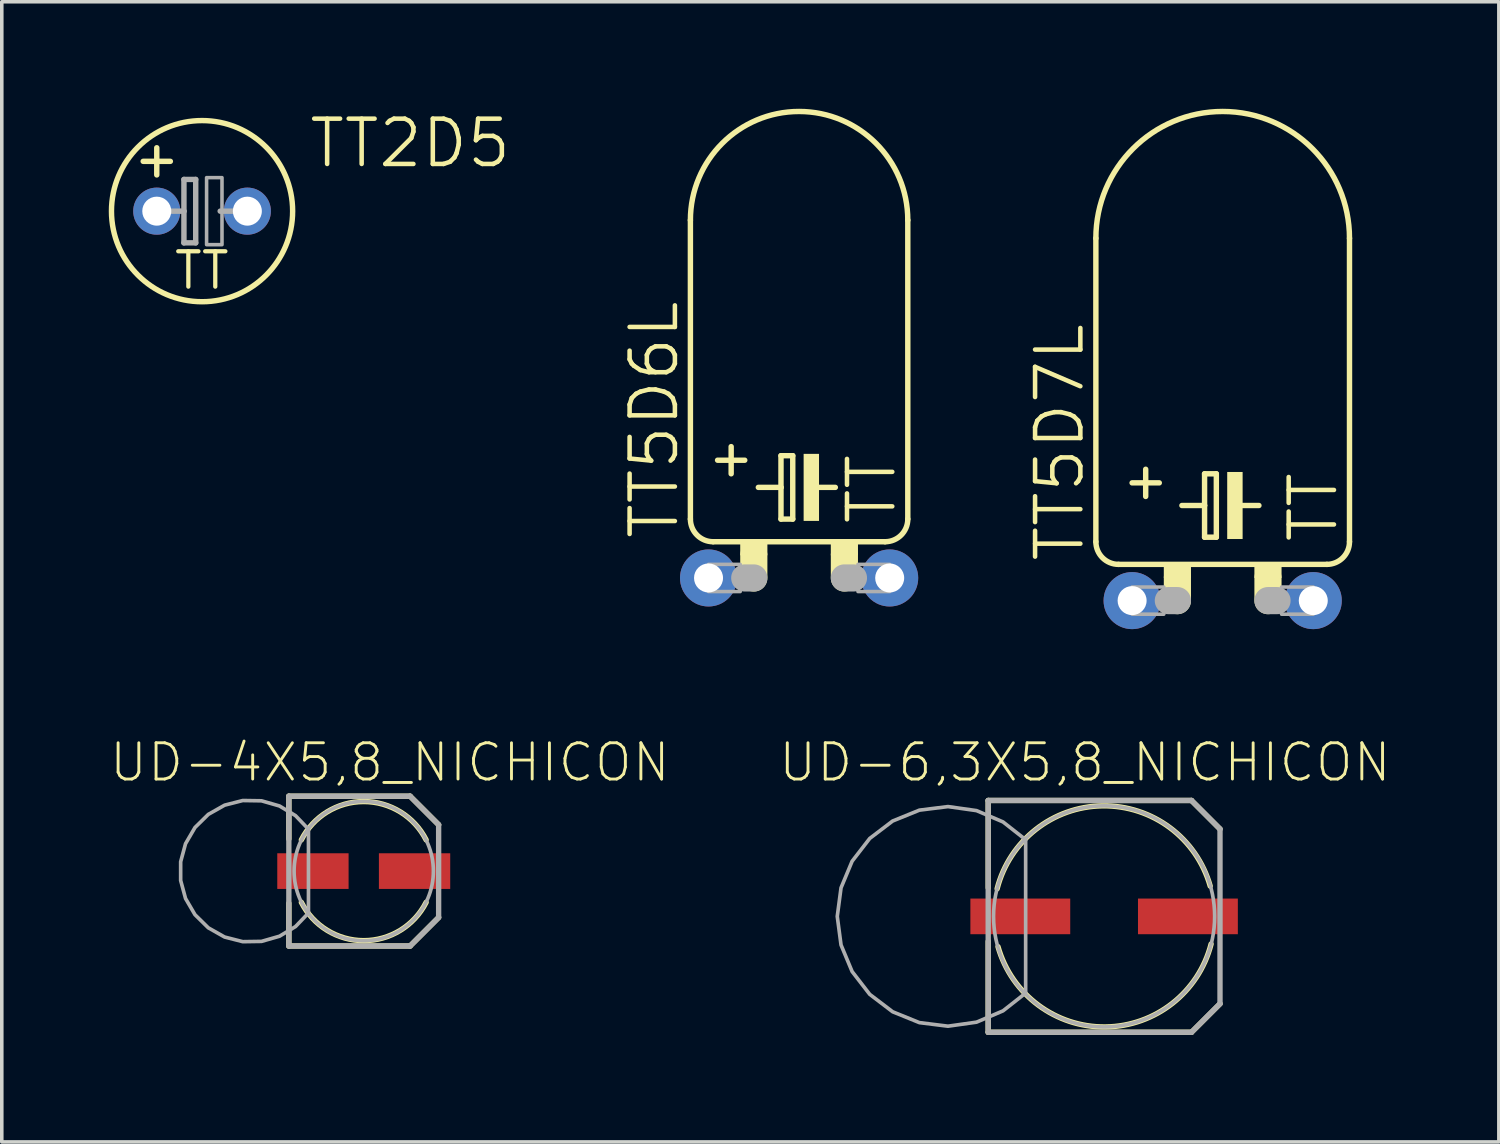
<source format=kicad_pcb>
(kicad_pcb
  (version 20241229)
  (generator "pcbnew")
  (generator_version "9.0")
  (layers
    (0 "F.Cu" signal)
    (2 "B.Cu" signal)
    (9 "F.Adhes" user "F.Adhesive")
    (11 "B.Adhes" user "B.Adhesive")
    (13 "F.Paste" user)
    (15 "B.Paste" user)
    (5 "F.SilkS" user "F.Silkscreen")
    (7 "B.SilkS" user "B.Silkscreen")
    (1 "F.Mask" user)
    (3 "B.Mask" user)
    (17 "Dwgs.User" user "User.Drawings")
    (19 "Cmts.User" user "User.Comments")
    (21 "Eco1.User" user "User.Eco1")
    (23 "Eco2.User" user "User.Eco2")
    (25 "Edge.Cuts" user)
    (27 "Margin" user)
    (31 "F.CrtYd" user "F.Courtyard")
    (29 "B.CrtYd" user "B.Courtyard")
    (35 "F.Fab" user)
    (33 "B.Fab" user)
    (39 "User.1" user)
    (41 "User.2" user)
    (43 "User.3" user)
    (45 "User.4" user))
  (footprint "UD-4X5,8_NICHICON"
    (layer "F.Cu")
    (at 7.15 21.377)
    (property "Reference" "UD-4X5,8_NICHICON" (at 0.732 -3.048 0) (layer "F.SilkS") (effects (font (size 1.016 1.016) (thickness 0.081))))
    (attr through_hole)
    (fp_line (start -2.1 -2.1) (end 1.3 -2.1) (stroke (width 0.15) (type solid)) (layer "F.SilkS"))
    (fp_line (start -2.1 -0.9) (end -2.1 -2.1) (stroke (width 0.15) (type solid)) (layer "F.SilkS"))
    (fp_line (start -2.1 2.1) (end -2.1 0.9) (stroke (width 0.15) (type solid)) (layer "F.SilkS"))
    (fp_line (start 1.3 -2.1) (end 2.1 -1.3) (stroke (width 0.15) (type solid)) (layer "F.SilkS"))
    (fp_line (start 1.3 2.1) (end -2.1 2.1) (stroke (width 0.15) (type solid)) (layer "F.SilkS"))
    (fp_line (start 2.1 1.3) (end 1.3 2.1) (stroke (width 0.15) (type solid)) (layer "F.SilkS"))
    (fp_arc (start -1.75 -0.875) (mid -0.000001 -1.950175) (end 1.749999 -0.875001) (stroke (width 0.15) (type solid)) (layer "F.SilkS"))
    (fp_arc (start 1.75 0.875) (mid 0.000001 1.950175) (end -1.749999 0.875001) (stroke (width 0.15) (type solid)) (layer "F.SilkS"))
    (fp_line (start -2.1 -2.1) (end 1.3 -2.1) (stroke (width 0.15) (type solid)) (layer "F.Fab"))
    (fp_line (start -2.1 2.1) (end -2.1 -2.1) (stroke (width 0.15) (type solid)) (layer "F.Fab"))
    (fp_line (start 1.3 -2.1) (end 2.1 -1.3) (stroke (width 0.15) (type solid)) (layer "F.Fab"))
    (fp_line (start 1.3 2.1) (end -2.1 2.1) (stroke (width 0.15) (type solid)) (layer "F.Fab"))
    (fp_line (start 2.1 -1.3) (end 2.1 1.3) (stroke (width 0.15) (type solid)) (layer "F.Fab"))
    (fp_line (start 2.1 1.3) (end 1.3 2.1) (stroke (width 0.15) (type solid)) (layer "F.Fab"))
    (fp_circle (center 0 0) (end 1.953 0) (stroke (width 0.102) (type solid)) (fill no) (layer "F.Fab"))
    (fp_poly (pts (xy -1.55 -1.175) (xy -1.913 -1.555) (xy -2.362 -1.826) (xy -2.867 -1.971) (xy -3.392 -1.979) (xy -3.901 -1.849) (xy -4.358 -1.591) (xy -4.732 -1.223) (xy -4.997 -0.769) (xy -5.134 -0.263) (xy -5.134 0.263) (xy -4.997 0.769) (xy -4.732 1.223) (xy -4.358 1.591) (xy -3.901 1.849) (xy -3.392 1.979) (xy -2.867 1.971) (xy -2.362 1.826) (xy -1.913 1.555) (xy -1.55 1.175)) (stroke (width 0.102) (type solid)) (fill no) (layer "F.Fab"))
    (pad "+" smd rect (at 1.425 0) (size 2 1) (layers "F.Cu" "F.Mask" "F.Paste"))
    (pad "-" smd rect (at -1.425 0) (size 2 1) (layers "F.Cu" "F.Mask" "F.Paste")))
  (footprint "TT5D7L"
    (layer "F.Cu")
    (at 31.236 13.792)
    (property "Reference" "TT5D7L" (at -4.572 -4.439 90) (layer "F.SilkS") (effects (font (size 1.27 1.27) (thickness 0.127))))
    (attr through_hole)
    (fp_line (start -3.556 -10.16) (end -3.556 -1.651) (stroke (width 0.152) (type solid)) (layer "F.SilkS"))
    (fp_line (start -2.921 -1.016) (end 2.921 -1.016) (stroke (width 0.152) (type solid)) (layer "F.SilkS"))
    (fp_line (start -2.54 -3.302) (end -1.778 -3.302) (stroke (width 0.152) (type solid)) (layer "F.SilkS"))
    (fp_line (start -2.159 -3.683) (end -2.159 -2.921) (stroke (width 0.152) (type solid)) (layer "F.SilkS"))
    (fp_line (start -1.27 -0.635) (end -1.27 0) (stroke (width 0.762) (type solid)) (layer "F.SilkS"))
    (fp_line (start -1.143 -2.667) (end -0.508 -2.667) (stroke (width 0.152) (type solid)) (layer "F.SilkS"))
    (fp_line (start -0.508 -3.556) (end -0.508 -2.667) (stroke (width 0.152) (type solid)) (layer "F.SilkS"))
    (fp_line (start -0.508 -2.667) (end -0.508 -1.778) (stroke (width 0.152) (type solid)) (layer "F.SilkS"))
    (fp_line (start -0.508 -1.778) (end -0.178 -1.778) (stroke (width 0.152) (type solid)) (layer "F.SilkS"))
    (fp_line (start -0.178 -3.556) (end -0.508 -3.556) (stroke (width 0.152) (type solid)) (layer "F.SilkS"))
    (fp_line (start -0.178 -1.778) (end -0.178 -3.556) (stroke (width 0.152) (type solid)) (layer "F.SilkS"))
    (fp_line (start 0.508 -2.667) (end 1.016 -2.667) (stroke (width 0.152) (type solid)) (layer "F.SilkS"))
    (fp_line (start 1.27 -0.635) (end 1.27 0) (stroke (width 0.762) (type solid)) (layer "F.SilkS"))
    (fp_line (start 3.556 -10.16) (end 3.556 -1.651) (stroke (width 0.152) (type solid)) (layer "F.SilkS"))
    (fp_arc (start -3.556 -10.16) (mid 0 -13.716) (end 3.556 -10.16) (stroke (width 0.1524) (type solid)) (layer "F.SilkS"))
    (fp_arc (start -2.921 -1.016) (mid -3.370013 -1.201987) (end -3.556 -1.651) (stroke (width 0.1524) (type solid)) (layer "F.SilkS"))
    (fp_arc (start 3.556 -1.651) (mid 3.370013 -1.201987) (end 2.921 -1.016) (stroke (width 0.1524) (type solid)) (layer "F.SilkS"))
    (fp_poly (pts (xy -1.651 -1.016) (xy -0.889 -1.016) (xy -0.889 -0.635) (xy -1.651 -0.635)) (stroke (width 0) (type solid)) (fill yes) (layer "F.SilkS"))
    (fp_poly (pts (xy 0.127 -3.607) (xy 0.559 -3.607) (xy 0.559 -1.727) (xy 0.127 -1.727)) (stroke (width 0) (type solid)) (fill yes) (layer "F.SilkS"))
    (fp_poly (pts (xy 0.889 -1.016) (xy 1.651 -1.016) (xy 1.651 -0.635) (xy 0.889 -0.635)) (stroke (width 0) (type solid)) (fill yes) (layer "F.SilkS"))
    (fp_line (start -1.524 0) (end -1.27 0) (stroke (width 0.762) (type solid)) (layer "F.Fab"))
    (fp_line (start 1.524 0) (end 1.27 0) (stroke (width 0.762) (type solid)) (layer "F.Fab"))
    (fp_poly (pts (xy -2.54 -0.381) (xy -1.651 -0.381) (xy -1.651 0.381) (xy -2.54 0.381)) (stroke (width 0.1) (type solid)) (fill no) (layer "F.Fab"))
    (fp_poly (pts (xy 1.651 -0.381) (xy 2.54 -0.381) (xy 2.54 0.381) (xy 1.651 0.381)) (stroke (width 0.1) (type solid)) (fill no) (layer "F.Fab"))
    (fp_text user "TT" (at 2.54 -2.619 90) (layer "F.SilkS") (effects (font (size 1.27 1.27) (thickness 0.127))))
    (pad "+" thru_hole circle (at -2.54 0) (size 1.6 1.6) (drill 0.813) (layers "*.Cu" "*.Mask"))
    (pad "-" thru_hole circle (at 2.54 0) (size 1.6 1.6) (drill 0.813) (layers "*.Cu" "*.Mask")))
  (footprint "UD-6,3X5,8_NICHICON"
    (layer "F.Cu")
    (at 27.911 22.647)
    (property "Reference" "UD-6,3X5,8_NICHICON" (at -0.538 -4.318 0) (layer "F.SilkS") (effects (font (size 1.016 1.016) (thickness 0.081))))
    (attr through_hole)
    (fp_line (start -3.25 -3.25) (end 2.45 -3.25) (stroke (width 0.15) (type solid)) (layer "F.SilkS"))
    (fp_line (start -3.25 -0.8) (end -3.25 -3.25) (stroke (width 0.15) (type solid)) (layer "F.SilkS"))
    (fp_line (start -3.25 3.25) (end -3.25 0.7) (stroke (width 0.15) (type solid)) (layer "F.SilkS"))
    (fp_line (start 2.45 -3.25) (end 3.25 -2.45) (stroke (width 0.15) (type solid)) (layer "F.SilkS"))
    (fp_line (start 2.45 3.25) (end -3.25 3.25) (stroke (width 0.15) (type solid)) (layer "F.SilkS"))
    (fp_line (start 3.25 2.45) (end 2.45 3.25) (stroke (width 0.15) (type solid)) (layer "F.SilkS"))
    (fp_arc (start -3 -0.775) (mid -0.041211 -3.099781) (end 2.975 -0.850002) (stroke (width 0.15) (type solid)) (layer "F.SilkS"))
    (fp_arc (start 3 0.775) (mid 0.041211 3.099781) (end -2.975 0.850002) (stroke (width 0.15) (type solid)) (layer "F.SilkS"))
    (fp_line (start -3.25 -3.25) (end 2.45 -3.25) (stroke (width 0.15) (type solid)) (layer "F.Fab"))
    (fp_line (start -3.25 3.25) (end -3.25 -3.25) (stroke (width 0.15) (type solid)) (layer "F.Fab"))
    (fp_line (start 2.45 -3.25) (end 3.25 -2.45) (stroke (width 0.15) (type solid)) (layer "F.Fab"))
    (fp_line (start 2.45 3.25) (end -3.25 3.25) (stroke (width 0.15) (type solid)) (layer "F.Fab"))
    (fp_line (start 3.25 -2.45) (end 3.25 2.45) (stroke (width 0.15) (type solid)) (layer "F.Fab"))
    (fp_line (start 3.25 2.45) (end 2.45 3.25) (stroke (width 0.15) (type solid)) (layer "F.Fab"))
    (fp_circle (center 0 0) (end 3.1 0) (stroke (width 0.102) (type solid)) (fill no) (layer "F.Fab"))
    (fp_poly (pts (xy -2.2 -2.15) (xy -2.835 -2.649) (xy -3.578 -2.966) (xy -4.378 -3.079) (xy -5.18 -2.979) (xy -5.929 -2.675) (xy -6.572 -2.186) (xy -7.066 -1.547) (xy -7.377 -0.801) (xy -7.483 0) (xy -7.377 0.801) (xy -7.066 1.547) (xy -6.572 2.186) (xy -5.929 2.675) (xy -5.18 2.979) (xy -4.378 3.079) (xy -3.578 2.966) (xy -2.835 2.649) (xy -2.2 2.15)) (stroke (width 0.102) (type solid)) (fill no) (layer "F.Fab"))
    (pad "+" smd rect (at 2.35 0) (size 2.8 1) (layers "F.Cu" "F.Mask" "F.Paste"))
    (pad "-" smd rect (at -2.35 0) (size 2.8 1) (layers "F.Cu" "F.Mask" "F.Paste")))
  (footprint "TT5D6L"
    (layer "F.Cu")
    (at 19.358 13.157)
    (property "Reference" "TT5D6L" (at -4.064 -4.439 90) (layer "F.SilkS") (effects (font (size 1.27 1.27) (thickness 0.127))))
    (attr through_hole)
    (fp_line (start -3.048 -10.033) (end -3.048 -1.651) (stroke (width 0.152) (type solid)) (layer "F.SilkS"))
    (fp_line (start -2.413 -1.016) (end 2.413 -1.016) (stroke (width 0.152) (type solid)) (layer "F.SilkS"))
    (fp_line (start -2.286 -3.302) (end -1.524 -3.302) (stroke (width 0.152) (type solid)) (layer "F.SilkS"))
    (fp_line (start -1.905 -2.921) (end -1.905 -3.683) (stroke (width 0.152) (type solid)) (layer "F.SilkS"))
    (fp_line (start -1.27 -0.635) (end -1.27 0) (stroke (width 0.762) (type solid)) (layer "F.SilkS"))
    (fp_line (start -1.143 -2.54) (end -0.508 -2.54) (stroke (width 0.152) (type solid)) (layer "F.SilkS"))
    (fp_line (start -0.508 -3.429) (end -0.508 -2.54) (stroke (width 0.152) (type solid)) (layer "F.SilkS"))
    (fp_line (start -0.508 -2.54) (end -0.508 -1.651) (stroke (width 0.152) (type solid)) (layer "F.SilkS"))
    (fp_line (start -0.508 -1.651) (end -0.178 -1.651) (stroke (width 0.152) (type solid)) (layer "F.SilkS"))
    (fp_line (start -0.178 -3.429) (end -0.508 -3.429) (stroke (width 0.152) (type solid)) (layer "F.SilkS"))
    (fp_line (start -0.178 -1.651) (end -0.178 -3.429) (stroke (width 0.152) (type solid)) (layer "F.SilkS"))
    (fp_line (start 0.508 -2.54) (end 1.016 -2.54) (stroke (width 0.152) (type solid)) (layer "F.SilkS"))
    (fp_line (start 1.27 -0.635) (end 1.27 0) (stroke (width 0.762) (type solid)) (layer "F.SilkS"))
    (fp_line (start 3.048 -10.033) (end 3.048 -1.651) (stroke (width 0.152) (type solid)) (layer "F.SilkS"))
    (fp_arc (start -3.048 -10.033) (mid 0 -13.081) (end 3.048 -10.033) (stroke (width 0.1524) (type solid)) (layer "F.SilkS"))
    (fp_arc (start -2.413 -1.016) (mid -2.862013 -1.201987) (end -3.048 -1.651) (stroke (width 0.1524) (type solid)) (layer "F.SilkS"))
    (fp_arc (start 3.048 -1.651) (mid 2.862013 -1.201987) (end 2.413 -1.016) (stroke (width 0.1524) (type solid)) (layer "F.SilkS"))
    (fp_poly (pts (xy -1.651 -1.016) (xy -0.889 -1.016) (xy -0.889 -0.635) (xy -1.651 -0.635)) (stroke (width 0) (type solid)) (fill yes) (layer "F.SilkS"))
    (fp_poly (pts (xy 0.127 -3.48) (xy 0.559 -3.48) (xy 0.559 -1.6) (xy 0.127 -1.6)) (stroke (width 0) (type solid)) (fill yes) (layer "F.SilkS"))
    (fp_poly (pts (xy 0.889 -1.016) (xy 1.651 -1.016) (xy 1.651 -0.635) (xy 0.889 -0.635)) (stroke (width 0) (type solid)) (fill yes) (layer "F.SilkS"))
    (fp_line (start -1.524 0) (end -1.27 0) (stroke (width 0.762) (type solid)) (layer "F.Fab"))
    (fp_line (start 1.524 0) (end 1.27 0) (stroke (width 0.762) (type solid)) (layer "F.Fab"))
    (fp_poly (pts (xy -2.54 -0.381) (xy -1.651 -0.381) (xy -1.651 0.381) (xy -2.54 0.381)) (stroke (width 0.1) (type solid)) (fill no) (layer "F.Fab"))
    (fp_poly (pts (xy 1.651 -0.381) (xy 2.54 -0.381) (xy 2.54 0.381) (xy 1.651 0.381)) (stroke (width 0.1) (type solid)) (fill no) (layer "F.Fab"))
    (fp_text user "TT" (at 2.032 -2.492 90) (layer "F.SilkS") (effects (font (size 1.27 1.27) (thickness 0.127))))
    (pad "+" thru_hole circle (at -2.54 0) (size 1.6 1.6) (drill 0.813) (layers "*.Cu" "*.Mask"))
    (pad "-" thru_hole circle (at 2.54 0) (size 1.6 1.6) (drill 0.813) (layers "*.Cu" "*.Mask")))
  (footprint "TT2D5"
    (layer "F.Cu")
    (at 2.616 2.871)
    (property "Reference" "TT2D5" (at 5.836 -1.905 0) (layer "F.SilkS") (effects (font (size 1.27 1.27) (thickness 0.127))))
    (attr through_hole)
    (fp_line (start -1.27 -1.016) (end -1.27 -1.778) (stroke (width 0.152) (type solid)) (layer "F.SilkS"))
    (fp_line (start -0.889 -1.397) (end -1.651 -1.397) (stroke (width 0.152) (type solid)) (layer "F.SilkS"))
    (fp_circle (center 0 0) (end 2.54 0) (stroke (width 0.152) (type solid)) (fill no) (layer "F.SilkS"))
    (fp_line (start -1.016 0) (end -0.508 0) (stroke (width 0.152) (type solid)) (layer "F.Fab"))
    (fp_line (start -0.508 -0.889) (end -0.508 0) (stroke (width 0.152) (type solid)) (layer "F.Fab"))
    (fp_line (start -0.508 0) (end -0.508 0.889) (stroke (width 0.152) (type solid)) (layer "F.Fab"))
    (fp_line (start -0.508 0.889) (end -0.178 0.889) (stroke (width 0.152) (type solid)) (layer "F.Fab"))
    (fp_line (start -0.178 -0.889) (end -0.508 -0.889) (stroke (width 0.152) (type solid)) (layer "F.Fab"))
    (fp_line (start -0.178 0.889) (end -0.178 -0.889) (stroke (width 0.152) (type solid)) (layer "F.Fab"))
    (fp_line (start 0.508 0) (end 1.016 0) (stroke (width 0.152) (type solid)) (layer "F.Fab"))
    (fp_poly (pts (xy 0.127 -0.94) (xy 0.559 -0.94) (xy 0.559 0.94) (xy 0.127 0.94)) (stroke (width 0.1) (type solid)) (fill no) (layer "F.Fab"))
    (fp_text user "TT" (at -0.007 1.664 0) (layer "F.SilkS") (effects (font (size 0.991 0.991) (thickness 0.119))))
    (pad "+" thru_hole circle (at -1.27 0) (size 1.321 1.321) (drill 0.813) (layers "*.Cu" "*.Mask"))
    (pad "-" thru_hole circle (at 1.27 0) (size 1.321 1.321) (drill 0.813) (layers "*.Cu" "*.Mask")))
  (gr_rect
    (start -3 -3)
    (end 38.98 28.972)
    (stroke (width 0.1) (type default))
    (fill no)
    (layer "Edge.Cuts")))
</source>
